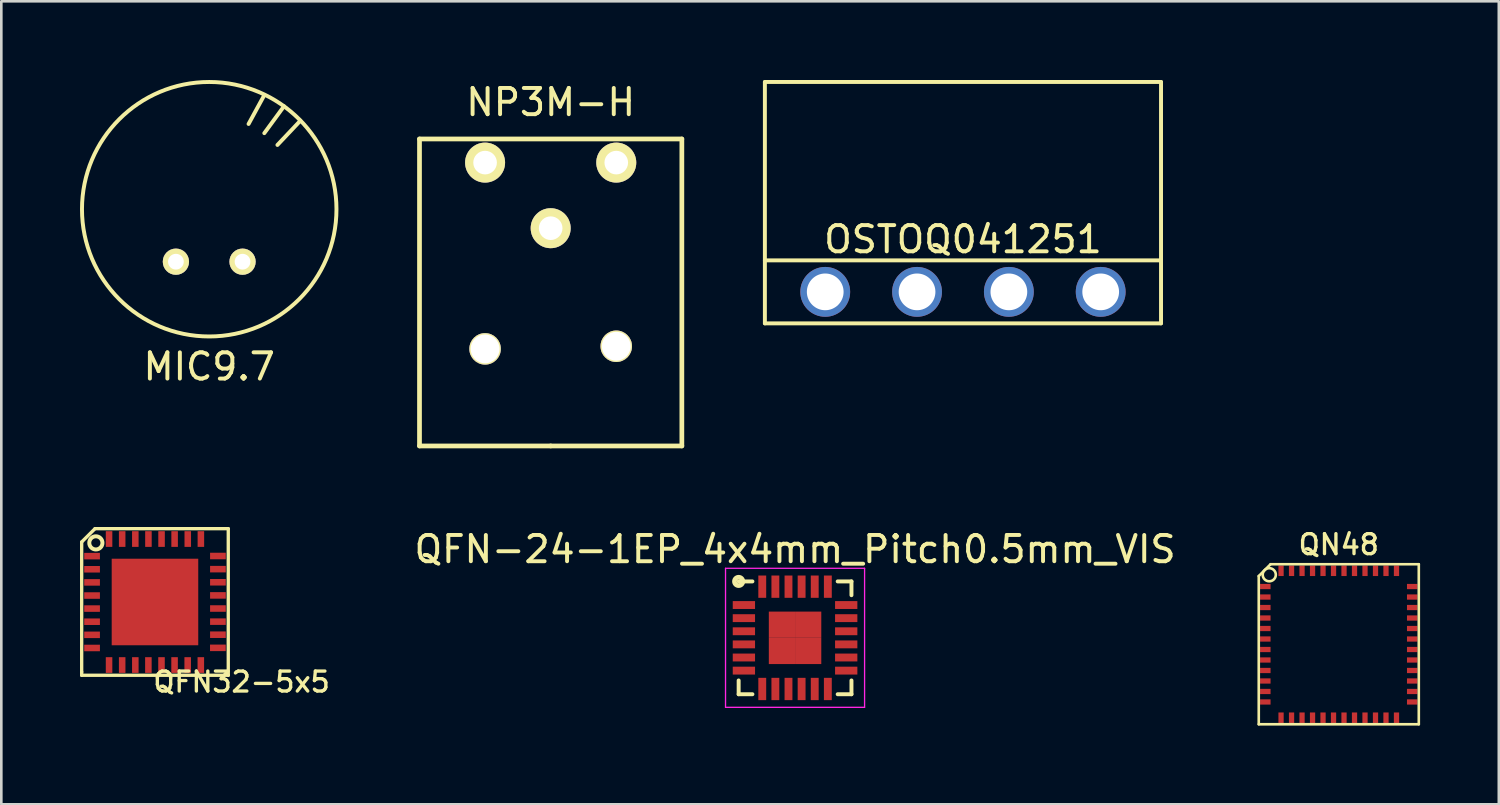
<source format=kicad_pcb>
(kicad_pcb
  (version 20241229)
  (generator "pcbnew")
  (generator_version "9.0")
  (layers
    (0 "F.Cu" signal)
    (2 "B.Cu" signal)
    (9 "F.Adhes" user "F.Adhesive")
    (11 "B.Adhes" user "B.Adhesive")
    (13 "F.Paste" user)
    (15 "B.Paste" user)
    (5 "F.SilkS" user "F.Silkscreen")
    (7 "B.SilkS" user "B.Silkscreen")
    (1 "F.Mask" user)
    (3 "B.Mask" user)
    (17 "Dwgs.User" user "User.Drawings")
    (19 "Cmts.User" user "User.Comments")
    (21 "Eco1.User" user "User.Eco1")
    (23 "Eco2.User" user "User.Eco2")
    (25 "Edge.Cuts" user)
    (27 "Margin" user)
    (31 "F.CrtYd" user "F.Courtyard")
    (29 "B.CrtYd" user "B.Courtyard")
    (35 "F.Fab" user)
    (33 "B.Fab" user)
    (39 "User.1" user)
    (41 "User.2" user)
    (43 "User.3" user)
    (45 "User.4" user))
  (footprint "QFN-24-1EP_4x4mm_Pitch0.5mm_VIS"
    (layer "F.Cu")
    (at 27.255 21.262)
    (property "Reference" "QFN-24-1EP_4x4mm_Pitch0.5mm_VIS" (at 0 -3.375 0) (layer "F.SilkS") (effects (font (size 1 1) (thickness 0.15))))
    (attr smd)
    (fp_line (start -2.15 -2.15) (end -1.625 -2.15) (stroke (width 0.15) (type solid)) (layer "F.SilkS"))
    (fp_line (start -2.15 2.15) (end -2.15 1.625) (stroke (width 0.15) (type solid)) (layer "F.SilkS"))
    (fp_line (start -2.15 2.15) (end -1.625 2.15) (stroke (width 0.15) (type solid)) (layer "F.SilkS"))
    (fp_line (start 2.15 -2.15) (end 1.625 -2.15) (stroke (width 0.15) (type solid)) (layer "F.SilkS"))
    (fp_line (start 2.15 -2.15) (end 2.15 -1.625) (stroke (width 0.15) (type solid)) (layer "F.SilkS"))
    (fp_line (start 2.15 2.15) (end 1.625 2.15) (stroke (width 0.15) (type solid)) (layer "F.SilkS"))
    (fp_line (start 2.15 2.15) (end 2.15 1.625) (stroke (width 0.15) (type solid)) (layer "F.SilkS"))
    (fp_circle (center -2.15 -2.15) (end -2.3 -2.2) (stroke (width 0.18) (type solid)) (fill no) (layer "F.SilkS"))
    (fp_line (start -2.65 -2.65) (end -2.65 2.65) (stroke (width 0.05) (type solid)) (layer "F.CrtYd"))
    (fp_line (start -2.65 -2.65) (end 2.65 -2.65) (stroke (width 0.05) (type solid)) (layer "F.CrtYd"))
    (fp_line (start -2.65 2.65) (end 2.65 2.65) (stroke (width 0.05) (type solid)) (layer "F.CrtYd"))
    (fp_line (start 2.65 -2.65) (end 2.65 2.65) (stroke (width 0.05) (type solid)) (layer "F.CrtYd"))
    (pad "1" smd rect (at -1.95 -1.25) (size 0.85 0.3) (layers "F.Cu" "F.Mask" "F.Paste"))
    (pad "2" smd rect (at -1.95 -0.75) (size 0.85 0.3) (layers "F.Cu" "F.Mask" "F.Paste"))
    (pad "3" smd rect (at -1.95 -0.25) (size 0.85 0.3) (layers "F.Cu" "F.Mask" "F.Paste"))
    (pad "4" smd rect (at -1.95 0.25) (size 0.85 0.3) (layers "F.Cu" "F.Mask" "F.Paste"))
    (pad "5" smd rect (at -1.95 0.75) (size 0.85 0.3) (layers "F.Cu" "F.Mask" "F.Paste"))
    (pad "6" smd rect (at -1.95 1.25) (size 0.85 0.3) (layers "F.Cu" "F.Mask" "F.Paste"))
    (pad "7" smd rect (at -1.25 1.95 90) (size 0.85 0.3) (layers "F.Cu" "F.Mask" "F.Paste"))
    (pad "8" smd rect (at -0.75 1.95 90) (size 0.85 0.3) (layers "F.Cu" "F.Mask" "F.Paste"))
    (pad "9" smd rect (at -0.25 1.95 90) (size 0.85 0.3) (layers "F.Cu" "F.Mask" "F.Paste"))
    (pad "10" smd rect (at 0.25 1.95 90) (size 0.85 0.3) (layers "F.Cu" "F.Mask" "F.Paste"))
    (pad "11" smd rect (at 0.75 1.95 90) (size 0.85 0.3) (layers "F.Cu" "F.Mask" "F.Paste"))
    (pad "12" smd rect (at 1.25 1.95 90) (size 0.85 0.3) (layers "F.Cu" "F.Mask" "F.Paste"))
    (pad "13" smd rect (at 1.95 1.25) (size 0.85 0.3) (layers "F.Cu" "F.Mask" "F.Paste"))
    (pad "14" smd rect (at 1.95 0.75) (size 0.85 0.3) (layers "F.Cu" "F.Mask" "F.Paste"))
    (pad "15" smd rect (at 1.95 0.25) (size 0.85 0.3) (layers "F.Cu" "F.Mask" "F.Paste"))
    (pad "16" smd rect (at 1.95 -0.25) (size 0.85 0.3) (layers "F.Cu" "F.Mask" "F.Paste"))
    (pad "17" smd rect (at 1.95 -0.75) (size 0.85 0.3) (layers "F.Cu" "F.Mask" "F.Paste"))
    (pad "18" smd rect (at 1.95 -1.25) (size 0.85 0.3) (layers "F.Cu" "F.Mask" "F.Paste"))
    (pad "19" smd rect (at 1.25 -1.95 90) (size 0.85 0.3) (layers "F.Cu" "F.Mask" "F.Paste"))
    (pad "20" smd rect (at 0.75 -1.95 90) (size 0.85 0.3) (layers "F.Cu" "F.Mask" "F.Paste"))
    (pad "21" smd rect (at 0.25 -1.95 90) (size 0.85 0.3) (layers "F.Cu" "F.Mask" "F.Paste"))
    (pad "22" smd rect (at -0.25 -1.95 90) (size 0.85 0.3) (layers "F.Cu" "F.Mask" "F.Paste"))
    (pad "23" smd rect (at -0.75 -1.95 90) (size 0.85 0.3) (layers "F.Cu" "F.Mask" "F.Paste"))
    (pad "24" smd rect (at -1.25 -1.95 90) (size 0.85 0.3) (layers "F.Cu" "F.Mask" "F.Paste"))
    (pad "25" smd rect (at -0.5 -0.5) (size 1 1) (layers "F.Cu" "F.Mask" "F.Paste"))
    (pad "25" smd rect (at -0.5 0.5) (size 1 1) (layers "F.Cu" "F.Mask" "F.Paste"))
    (pad "25" smd rect (at 0.5 -0.5) (size 1 1) (layers "F.Cu" "F.Mask" "F.Paste"))
    (pad "25" smd rect (at 0.5 0.5) (size 1 1) (layers "F.Cu" "F.Mask" "F.Paste")))
  (footprint "MIC9.7"
    (layer "F.Cu")
    (at 4.925 4.925)
    (property "Reference" "MIC9.7" (at 0 6 0) (layer "F.SilkS") (effects (font (size 1 1) (thickness 0.15))))
    (attr through_hole)
    (fp_line (start 1.5 -3.25) (end 2.1 -4.35) (stroke (width 0.15) (type solid)) (layer "F.SilkS"))
    (fp_line (start 2.1 -2.9) (end 2.85 -3.925) (stroke (width 0.15) (type solid)) (layer "F.SilkS"))
    (fp_line (start 2.6 -2.45) (end 3.475 -3.375) (stroke (width 0.15) (type solid)) (layer "F.SilkS"))
    (fp_circle (center 0 0) (end 4.85 0) (stroke (width 0.15) (type solid)) (fill no) (layer "F.SilkS"))
    (pad "1" thru_hole circle (at -1.27 2) (size 1 1) (drill 0.6) (layers "*.Cu" "*.Mask" "F.SilkS"))
    (pad "2" thru_hole circle (at 1.27 2) (size 1 1) (drill 0.6) (layers "*.Cu" "*.Mask" "F.SilkS")))
  (footprint "OSTOQ041251"
    (layer "F.Cu")
    (at 33.655 8.075)
    (property "Reference" "OSTOQ041251" (at 0 -2 0) (layer "F.SilkS") (effects (font (size 1 1) (thickness 0.15))))
    (attr through_hole)
    (fp_line (start -7.55 -8) (end 7.55 -8) (stroke (width 0.15) (type solid)) (layer "F.SilkS"))
    (fp_line (start -7.55 1.2) (end -7.55 -8) (stroke (width 0.15) (type solid)) (layer "F.SilkS"))
    (fp_line (start -7.55 1.2) (end 7.55 1.2) (stroke (width 0.15) (type solid)) (layer "F.SilkS"))
    (fp_line (start 7.55 -1.2) (end -7.55 -1.2) (stroke (width 0.15) (type solid)) (layer "F.SilkS"))
    (fp_line (start 7.55 1.2) (end 7.55 -8) (stroke (width 0.15) (type solid)) (layer "F.SilkS"))
    (pad "1" thru_hole circle (at -5.25 0) (size 1.9 1.9) (drill 1.4) (layers "*.Cu" "*.Mask"))
    (pad "2" thru_hole circle (at -1.75 0) (size 1.9 1.9) (drill 1.4) (layers "*.Cu" "*.Mask"))
    (pad "3" thru_hole circle (at 1.75 0) (size 1.9 1.9) (drill 1.4) (layers "*.Cu" "*.Mask"))
    (pad "4" thru_hole circle (at 5.25 0) (size 1.9 1.9) (drill 1.4) (layers "*.Cu" "*.Mask")))
  (footprint "QN48"
    (layer "F.Cu")
    (at 47.98 21.507)
    (property "Reference" "QN48" (at 0 -3.8 0) (layer "F.SilkS") (effects (font (size 0.762 0.762) (thickness 0.127))))
    (attr smd)
    (fp_line (start -3.05 -2.6) (end -2.6 -3.05) (stroke (width 0.1) (type solid)) (layer "F.SilkS"))
    (fp_line (start -3.05 3.05) (end -3.05 -2.6) (stroke (width 0.1) (type solid)) (layer "F.SilkS"))
    (fp_line (start 3.05 -3.05) (end -2.6 -3.05) (stroke (width 0.1) (type solid)) (layer "F.SilkS"))
    (fp_line (start 3.05 -3.05) (end 3.05 3.05) (stroke (width 0.1) (type solid)) (layer "F.SilkS"))
    (fp_line (start 3.05 3.05) (end -3.05 3.05) (stroke (width 0.1) (type solid)) (layer "F.SilkS"))
    (fp_circle (center -2.65 -2.65) (end -2.8 -2.85) (stroke (width 0.1) (type solid)) (fill no) (layer "F.SilkS"))
    (pad "1" smd rect (at -2.8 -2.2) (size 0.4 0.2) (layers "F.Cu" "F.Mask" "F.Paste"))
    (pad "2" smd rect (at -2.8 -1.8) (size 0.4 0.2) (layers "F.Cu" "F.Mask" "F.Paste"))
    (pad "3" smd rect (at -2.8 -1.4) (size 0.4 0.2) (layers "F.Cu" "F.Mask" "F.Paste"))
    (pad "4" smd rect (at -2.8 -1) (size 0.4 0.2) (layers "F.Cu" "F.Mask" "F.Paste"))
    (pad "5" smd rect (at -2.8 -0.6) (size 0.4 0.2) (layers "F.Cu" "F.Mask" "F.Paste"))
    (pad "6" smd rect (at -2.8 -0.2) (size 0.4 0.2) (layers "F.Cu" "F.Mask" "F.Paste"))
    (pad "7" smd rect (at -2.8 0.2) (size 0.4 0.2) (layers "F.Cu" "F.Mask" "F.Paste"))
    (pad "8" smd rect (at -2.8 0.6) (size 0.4 0.2) (layers "F.Cu" "F.Mask" "F.Paste"))
    (pad "9" smd rect (at -2.8 1) (size 0.4 0.2) (layers "F.Cu" "F.Mask" "F.Paste"))
    (pad "10" smd rect (at -2.8 1.4) (size 0.4 0.2) (layers "F.Cu" "F.Mask" "F.Paste"))
    (pad "11" smd rect (at -2.8 1.8) (size 0.4 0.2) (layers "F.Cu" "F.Mask" "F.Paste"))
    (pad "12" smd rect (at -2.8 2.2) (size 0.4 0.2) (layers "F.Cu" "F.Mask" "F.Paste"))
    (pad "13" smd rect (at -2.2 2.8) (size 0.2 0.4) (layers "F.Cu" "F.Mask" "F.Paste"))
    (pad "14" smd rect (at -1.8 2.8) (size 0.2 0.4) (layers "F.Cu" "F.Mask" "F.Paste"))
    (pad "15" smd rect (at -1.4 2.8) (size 0.2 0.4) (layers "F.Cu" "F.Mask" "F.Paste"))
    (pad "16" smd rect (at -1 2.8) (size 0.2 0.4) (layers "F.Cu" "F.Mask" "F.Paste"))
    (pad "17" smd rect (at -0.6 2.8) (size 0.2 0.4) (layers "F.Cu" "F.Mask" "F.Paste"))
    (pad "18" smd rect (at -0.2 2.8) (size 0.2 0.4) (layers "F.Cu" "F.Mask" "F.Paste"))
    (pad "19" smd rect (at 0.2 2.8) (size 0.2 0.4) (layers "F.Cu" "F.Mask" "F.Paste"))
    (pad "20" smd rect (at 0.6 2.8) (size 0.2 0.4) (layers "F.Cu" "F.Mask" "F.Paste"))
    (pad "21" smd rect (at 1 2.8) (size 0.2 0.4) (layers "F.Cu" "F.Mask" "F.Paste"))
    (pad "22" smd rect (at 1.4 2.8) (size 0.2 0.4) (layers "F.Cu" "F.Mask" "F.Paste"))
    (pad "23" smd rect (at 1.8 2.8) (size 0.2 0.4) (layers "F.Cu" "F.Mask" "F.Paste"))
    (pad "24" smd rect (at 2.2 2.8) (size 0.2 0.4) (layers "F.Cu" "F.Mask" "F.Paste"))
    (pad "25" smd rect (at 2.8 2.2) (size 0.4 0.2) (layers "F.Cu" "F.Mask" "F.Paste"))
    (pad "26" smd rect (at 2.8 1.8) (size 0.4 0.2) (layers "F.Cu" "F.Mask" "F.Paste"))
    (pad "27" smd rect (at 2.8 1.4) (size 0.4 0.2) (layers "F.Cu" "F.Mask" "F.Paste"))
    (pad "28" smd rect (at 2.8 1) (size 0.4 0.2) (layers "F.Cu" "F.Mask" "F.Paste"))
    (pad "29" smd rect (at 2.8 0.6) (size 0.4 0.2) (layers "F.Cu" "F.Mask" "F.Paste"))
    (pad "30" smd rect (at 2.8 0.2) (size 0.4 0.2) (layers "F.Cu" "F.Mask" "F.Paste"))
    (pad "31" smd rect (at 2.8 -0.2) (size 0.4 0.2) (layers "F.Cu" "F.Mask" "F.Paste"))
    (pad "32" smd rect (at 2.8 -0.6) (size 0.4 0.2) (layers "F.Cu" "F.Mask" "F.Paste"))
    (pad "33" smd rect (at 2.8 -1) (size 0.4 0.2) (layers "F.Cu" "F.Mask" "F.Paste"))
    (pad "34" smd rect (at 2.8 -1.4) (size 0.4 0.2) (layers "F.Cu" "F.Mask" "F.Paste"))
    (pad "35" smd rect (at 2.8 -1.8) (size 0.4 0.2) (layers "F.Cu" "F.Mask" "F.Paste"))
    (pad "36" smd rect (at 2.8 -2.2) (size 0.4 0.2) (layers "F.Cu" "F.Mask" "F.Paste"))
    (pad "37" smd rect (at 2.2 -2.8) (size 0.2 0.4) (layers "F.Cu" "F.Mask" "F.Paste"))
    (pad "38" smd rect (at 1.8 -2.8) (size 0.2 0.4) (layers "F.Cu" "F.Mask" "F.Paste"))
    (pad "39" smd rect (at 1.4 -2.8) (size 0.2 0.4) (layers "F.Cu" "F.Mask" "F.Paste"))
    (pad "40" smd rect (at 1 -2.8) (size 0.2 0.4) (layers "F.Cu" "F.Mask" "F.Paste"))
    (pad "41" smd rect (at 0.6 -2.8) (size 0.2 0.4) (layers "F.Cu" "F.Mask" "F.Paste"))
    (pad "42" smd rect (at 0.2 -2.8) (size 0.2 0.4) (layers "F.Cu" "F.Mask" "F.Paste"))
    (pad "43" smd rect (at -0.2 -2.8) (size 0.2 0.4) (layers "F.Cu" "F.Mask" "F.Paste"))
    (pad "44" smd rect (at -0.6 -2.8) (size 0.2 0.4) (layers "F.Cu" "F.Mask" "F.Paste"))
    (pad "45" smd rect (at -1 -2.8) (size 0.2 0.4) (layers "F.Cu" "F.Mask" "F.Paste"))
    (pad "46" smd rect (at -1.4 -2.8) (size 0.2 0.4) (layers "F.Cu" "F.Mask" "F.Paste"))
    (pad "47" smd rect (at -1.8 -2.8) (size 0.2 0.4) (layers "F.Cu" "F.Mask" "F.Paste"))
    (pad "48" smd rect (at -2.2 -2.8) (size 0.2 0.4) (layers "F.Cu" "F.Mask" "F.Paste")))
  (footprint "NP3M-H"
    (layer "F.Cu")
    (at 17.94 5.648)
    (property "Reference" "NP3M-H" (at 0 -4.8 0) (layer "F.SilkS") (effects (font (size 1 1) (thickness 0.15))))
    (attr through_hole)
    (fp_line (start -5 8.3) (end -5 -3.4) (stroke (width 0.18) (type solid)) (layer "F.SilkS"))
    (fp_line (start 0 8.3) (end -5 8.3) (stroke (width 0.18) (type solid)) (layer "F.SilkS"))
    (fp_line (start 0 8.3) (end 5 8.3) (stroke (width 0.18) (type solid)) (layer "F.SilkS"))
    (fp_line (start 5 -3.4) (end -5 -3.4) (stroke (width 0.18) (type solid)) (layer "F.SilkS"))
    (fp_line (start 5 8.3) (end 5 -3.4) (stroke (width 0.18) (type solid)) (layer "F.SilkS"))
    (pad "" thru_hole circle (at -2.5 4.6) (size 1.2 1.2) (drill 1.1) (layers "*.Cu" "*.Mask" "F.SilkS"))
    (pad "" thru_hole circle (at 2.5 4.5) (size 1.2 1.2) (drill 1.1) (layers "*.Cu" "*.Mask" "F.SilkS"))
    (pad "1" thru_hole circle (at 0 0) (size 1.524 1.524) (drill 0.9) (layers "*.Cu" "*.Mask" "F.SilkS"))
    (pad "2" thru_hole circle (at 2.5 -2.5) (size 1.524 1.524) (drill 0.9) (layers "*.Cu" "*.Mask" "F.SilkS"))
    (pad "3" thru_hole circle (at -2.5 -2.5) (size 1.524 1.524) (drill 0.9) (layers "*.Cu" "*.Mask" "F.SilkS")))
  (footprint "QFN32-5x5"
    (layer "F.Cu")
    (at 2.857 19.896)
    (property "Reference" "QFN32-5x5" (at 3.302 3.048 0) (layer "F.SilkS") (effects (font (size 0.762 0.762) (thickness 0.127))))
    (attr smd)
    (fp_line (start -2.794 -2.286) (end -2.286 -2.794) (stroke (width 0.127) (type solid)) (layer "F.SilkS"))
    (fp_line (start -2.794 2.667) (end -2.794 -2.286) (stroke (width 0.127) (type solid)) (layer "F.SilkS"))
    (fp_line (start -2.794 2.794) (end -2.794 2.667) (stroke (width 0.127) (type solid)) (layer "F.SilkS"))
    (fp_line (start -2.286 -2.794) (end 2.794 -2.794) (stroke (width 0.127) (type solid)) (layer "F.SilkS"))
    (fp_line (start 2.794 -2.794) (end 2.794 2.794) (stroke (width 0.127) (type solid)) (layer "F.SilkS"))
    (fp_line (start 2.794 2.794) (end -2.794 2.794) (stroke (width 0.127) (type solid)) (layer "F.SilkS"))
    (fp_circle (center -2.253 -2.253) (end -2.253 -2.504) (stroke (width 0.152) (type solid)) (fill no) (layer "F.SilkS"))
    (pad "1" smd rect (at -2.398 -1.748) (size 0.599 0.249) (layers "F.Cu" "F.Mask" "F.Paste"))
    (pad "2" smd rect (at -2.398 -1.247) (size 0.599 0.249) (layers "F.Cu" "F.Mask" "F.Paste"))
    (pad "3" smd rect (at -2.398 -0.747) (size 0.599 0.249) (layers "F.Cu" "F.Mask" "F.Paste"))
    (pad "4" smd rect (at -2.398 -0.246) (size 0.599 0.249) (layers "F.Cu" "F.Mask" "F.Paste"))
    (pad "5" smd rect (at -2.398 0.251) (size 0.599 0.249) (layers "F.Cu" "F.Mask" "F.Paste"))
    (pad "6" smd rect (at -2.398 0.752) (size 0.599 0.249) (layers "F.Cu" "F.Mask" "F.Paste"))
    (pad "7" smd rect (at -2.398 1.252) (size 0.599 0.249) (layers "F.Cu" "F.Mask" "F.Paste"))
    (pad "8" smd rect (at -2.398 1.753) (size 0.599 0.249) (layers "F.Cu" "F.Mask" "F.Paste"))
    (pad "9" smd rect (at -1.75 2.403) (size 0.249 0.599) (layers "F.Cu" "F.Mask" "F.Paste"))
    (pad "10" smd rect (at -1.25 2.403) (size 0.249 0.599) (layers "F.Cu" "F.Mask" "F.Paste"))
    (pad "11" smd rect (at -0.749 2.403) (size 0.249 0.599) (layers "F.Cu" "F.Mask" "F.Paste"))
    (pad "12" smd rect (at -0.251 2.403) (size 0.249 0.599) (layers "F.Cu" "F.Mask" "F.Paste"))
    (pad "13" smd rect (at 0.249 2.403) (size 0.249 0.599) (layers "F.Cu" "F.Mask" "F.Paste"))
    (pad "14" smd rect (at 0.747 2.403) (size 0.249 0.599) (layers "F.Cu" "F.Mask" "F.Paste"))
    (pad "15" smd rect (at 1.247 2.403) (size 0.249 0.599) (layers "F.Cu" "F.Mask" "F.Paste"))
    (pad "16" smd rect (at 1.748 2.403) (size 0.249 0.599) (layers "F.Cu" "F.Mask" "F.Paste"))
    (pad "17" smd rect (at 2.398 1.748) (size 0.599 0.249) (layers "F.Cu" "F.Mask" "F.Paste"))
    (pad "18" smd rect (at 2.4 1.247) (size 0.599 0.249) (layers "F.Cu" "F.Mask" "F.Paste"))
    (pad "19" smd rect (at 2.4 0.749) (size 0.599 0.249) (layers "F.Cu" "F.Mask" "F.Paste"))
    (pad "20" smd rect (at 2.4 0.249) (size 0.599 0.249) (layers "F.Cu" "F.Mask" "F.Paste"))
    (pad "21" smd rect (at 2.4 -0.251) (size 0.599 0.249) (layers "F.Cu" "F.Mask" "F.Paste"))
    (pad "22" smd rect (at 2.4 -0.752) (size 0.599 0.249) (layers "F.Cu" "F.Mask" "F.Paste"))
    (pad "23" smd rect (at 2.4 -1.252) (size 0.599 0.249) (layers "F.Cu" "F.Mask" "F.Paste"))
    (pad "24" smd rect (at 2.4 -1.753) (size 0.599 0.249) (layers "F.Cu" "F.Mask" "F.Paste"))
    (pad "25" smd rect (at 1.75 -2.4) (size 0.249 0.599) (layers "F.Cu" "F.Mask" "F.Paste"))
    (pad "26" smd rect (at 1.25 -2.4) (size 0.249 0.599) (layers "F.Cu" "F.Mask" "F.Paste"))
    (pad "27" smd rect (at 0.749 -2.4) (size 0.249 0.599) (layers "F.Cu" "F.Mask" "F.Paste"))
    (pad "28" smd rect (at 0.251 -2.4) (size 0.249 0.599) (layers "F.Cu" "F.Mask" "F.Paste"))
    (pad "29" smd rect (at -0.249 -2.4) (size 0.249 0.599) (layers "F.Cu" "F.Mask" "F.Paste"))
    (pad "30" smd rect (at -0.749 -2.4) (size 0.249 0.599) (layers "F.Cu" "F.Mask" "F.Paste"))
    (pad "31" smd rect (at -1.25 -2.4) (size 0.249 0.599) (layers "F.Cu" "F.Mask" "F.Paste"))
    (pad "32" smd rect (at -1.75 -2.4) (size 0.249 0.599) (layers "F.Cu" "F.Mask" "F.Paste"))
    (pad "33" smd rect (at 0 0) (size 3.299 3.299) (layers "F.Cu" "F.Mask" "F.Paste")))
  (gr_rect
    (start -3 -3)
    (end 54.08 27.607)
    (stroke (width 0.1) (type default))
    (fill no)
    (layer "Edge.Cuts")))
</source>
